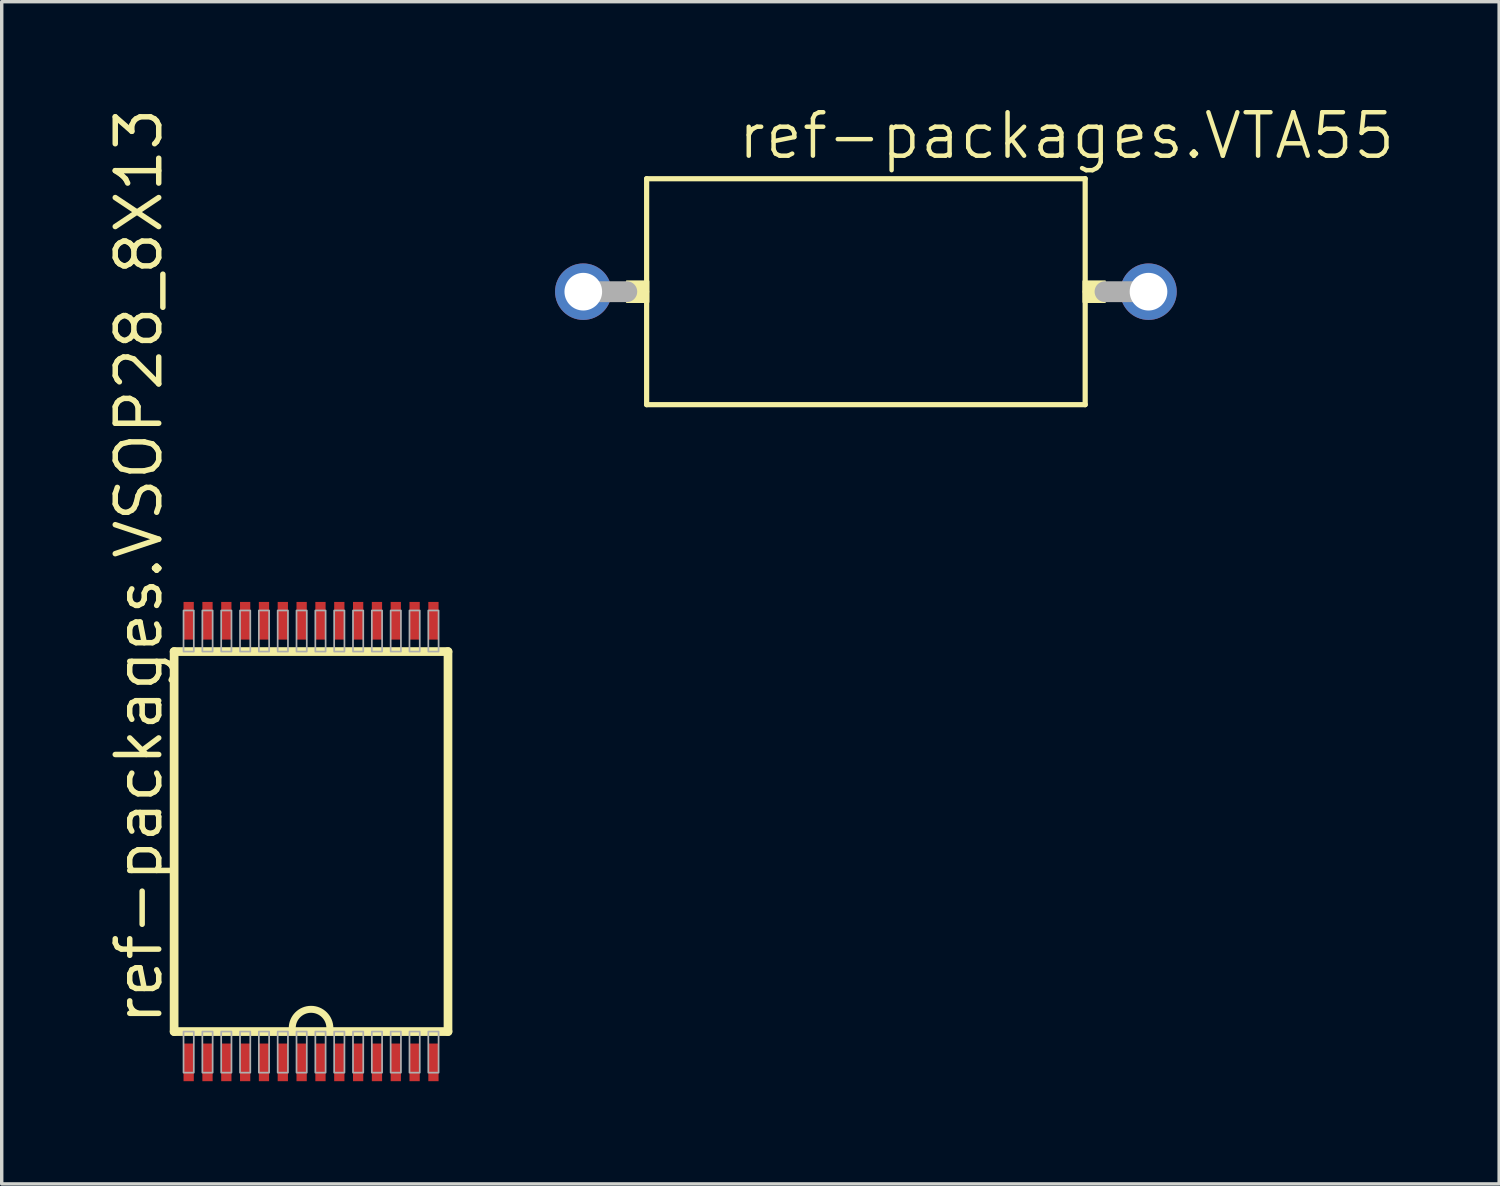
<source format=kicad_pcb>
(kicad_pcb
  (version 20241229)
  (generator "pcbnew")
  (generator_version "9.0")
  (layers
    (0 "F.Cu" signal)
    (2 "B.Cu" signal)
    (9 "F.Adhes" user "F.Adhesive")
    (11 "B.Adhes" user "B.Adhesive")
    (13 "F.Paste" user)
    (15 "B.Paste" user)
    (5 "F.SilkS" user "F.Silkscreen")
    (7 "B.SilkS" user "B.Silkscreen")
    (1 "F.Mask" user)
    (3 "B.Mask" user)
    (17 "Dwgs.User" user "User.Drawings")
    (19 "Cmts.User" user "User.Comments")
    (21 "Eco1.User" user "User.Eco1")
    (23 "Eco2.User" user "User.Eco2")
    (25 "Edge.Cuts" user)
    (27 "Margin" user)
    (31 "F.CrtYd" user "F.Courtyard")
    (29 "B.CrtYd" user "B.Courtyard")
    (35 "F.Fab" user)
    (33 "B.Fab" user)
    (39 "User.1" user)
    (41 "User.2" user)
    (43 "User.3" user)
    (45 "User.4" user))
  (footprint "ref-packages.VSOP28_8X13"
    (layer "F.Cu")
    (at 6.036 21.532)
    (property "Reference" "ref-packages.VSOP28_8X13" (at -4.286 5.424 90) (layer "F.SilkS") (effects (font (size 1.27 1.27) (thickness 0.16)) (justify left bottom)))
    (attr smd)
    (fp_line (start -4 -5.55) (end 4 -5.55) (stroke (width 0.254) (type default)) (layer "F.SilkS"))
    (fp_line (start -4 5.55) (end -4 -5.55) (stroke (width 0.254) (type default)) (layer "F.SilkS"))
    (fp_line (start 4 -5.55) (end 4 5.55) (stroke (width 0.254) (type default)) (layer "F.SilkS"))
    (fp_line (start 4 5.55) (end -4 5.55) (stroke (width 0.254) (type default)) (layer "F.SilkS"))
    (fp_arc (start -0.55 5.45) (mid 0 4.9) (end 0.55 5.45) (stroke (width 0.2032) (type default)) (layer "F.SilkS"))
    (fp_rect (start -3.725 -5.55) (end -3.425 -6.75) (stroke (width 0.05) (type default)) (fill no) (layer "F.Fab"))
    (fp_rect (start -3.725 6.75) (end -3.425 5.55) (stroke (width 0.05) (type default)) (fill no) (layer "F.Fab"))
    (fp_rect (start -3.175 -5.55) (end -2.875 -6.75) (stroke (width 0.05) (type default)) (fill no) (layer "F.Fab"))
    (fp_rect (start -3.175 6.75) (end -2.875 5.55) (stroke (width 0.05) (type default)) (fill no) (layer "F.Fab"))
    (fp_rect (start -2.625 -5.55) (end -2.325 -6.75) (stroke (width 0.05) (type default)) (fill no) (layer "F.Fab"))
    (fp_rect (start -2.625 6.75) (end -2.325 5.55) (stroke (width 0.05) (type default)) (fill no) (layer "F.Fab"))
    (fp_rect (start -2.075 -5.55) (end -1.775 -6.75) (stroke (width 0.05) (type default)) (fill no) (layer "F.Fab"))
    (fp_rect (start -2.075 6.75) (end -1.775 5.55) (stroke (width 0.05) (type default)) (fill no) (layer "F.Fab"))
    (fp_rect (start -1.525 -5.55) (end -1.225 -6.75) (stroke (width 0.05) (type default)) (fill no) (layer "F.Fab"))
    (fp_rect (start -1.525 6.75) (end -1.225 5.55) (stroke (width 0.05) (type default)) (fill no) (layer "F.Fab"))
    (fp_rect (start -0.975 -5.55) (end -0.675 -6.75) (stroke (width 0.05) (type default)) (fill no) (layer "F.Fab"))
    (fp_rect (start -0.975 6.75) (end -0.675 5.55) (stroke (width 0.05) (type default)) (fill no) (layer "F.Fab"))
    (fp_rect (start -0.425 -5.55) (end -0.125 -6.75) (stroke (width 0.05) (type default)) (fill no) (layer "F.Fab"))
    (fp_rect (start -0.425 6.75) (end -0.125 5.55) (stroke (width 0.05) (type default)) (fill no) (layer "F.Fab"))
    (fp_rect (start 0.125 -5.55) (end 0.425 -6.75) (stroke (width 0.05) (type default)) (fill no) (layer "F.Fab"))
    (fp_rect (start 0.125 6.75) (end 0.425 5.55) (stroke (width 0.05) (type default)) (fill no) (layer "F.Fab"))
    (fp_rect (start 0.675 -5.55) (end 0.975 -6.75) (stroke (width 0.05) (type default)) (fill no) (layer "F.Fab"))
    (fp_rect (start 0.675 6.75) (end 0.975 5.55) (stroke (width 0.05) (type default)) (fill no) (layer "F.Fab"))
    (fp_rect (start 1.225 -5.55) (end 1.525 -6.75) (stroke (width 0.05) (type default)) (fill no) (layer "F.Fab"))
    (fp_rect (start 1.225 6.75) (end 1.525 5.55) (stroke (width 0.05) (type default)) (fill no) (layer "F.Fab"))
    (fp_rect (start 1.775 -5.55) (end 2.075 -6.75) (stroke (width 0.05) (type default)) (fill no) (layer "F.Fab"))
    (fp_rect (start 1.775 6.75) (end 2.075 5.55) (stroke (width 0.05) (type default)) (fill no) (layer "F.Fab"))
    (fp_rect (start 2.325 -5.55) (end 2.625 -6.75) (stroke (width 0.05) (type default)) (fill no) (layer "F.Fab"))
    (fp_rect (start 2.325 6.75) (end 2.625 5.55) (stroke (width 0.05) (type default)) (fill no) (layer "F.Fab"))
    (fp_rect (start 2.875 -5.55) (end 3.175 -6.75) (stroke (width 0.05) (type default)) (fill no) (layer "F.Fab"))
    (fp_rect (start 2.875 6.75) (end 3.175 5.55) (stroke (width 0.05) (type default)) (fill no) (layer "F.Fab"))
    (fp_rect (start 3.425 -5.55) (end 3.725 -6.75) (stroke (width 0.05) (type default)) (fill no) (layer "F.Fab"))
    (fp_rect (start 3.425 6.75) (end 3.725 5.55) (stroke (width 0.05) (type default)) (fill no) (layer "F.Fab"))
    (pad "1" smd roundrect (at 0.275 6.45) (size 0.3 1.1) (layers "F.Cu" "F.Mask" "F.Paste") (roundrect_rratio 0.01))
    (pad "2" smd roundrect (at 0.825 6.45) (size 0.3 1.1) (layers "F.Cu" "F.Mask" "F.Paste") (roundrect_rratio 0.01))
    (pad "3" smd roundrect (at 1.375 6.45) (size 0.3 1.1) (layers "F.Cu" "F.Mask" "F.Paste") (roundrect_rratio 0.01))
    (pad "4" smd roundrect (at 1.925 6.45) (size 0.3 1.1) (layers "F.Cu" "F.Mask" "F.Paste") (roundrect_rratio 0.01))
    (pad "5" smd roundrect (at 2.475 6.45) (size 0.3 1.1) (layers "F.Cu" "F.Mask" "F.Paste") (roundrect_rratio 0.01))
    (pad "6" smd roundrect (at 3.025 6.45) (size 0.3 1.1) (layers "F.Cu" "F.Mask" "F.Paste") (roundrect_rratio 0.01))
    (pad "7" smd roundrect (at 3.575 6.45) (size 0.3 1.1) (layers "F.Cu" "F.Mask" "F.Paste") (roundrect_rratio 0.01))
    (pad "8" smd roundrect (at 3.575 -6.45) (size 0.3 1.1) (layers "F.Cu" "F.Mask" "F.Paste") (roundrect_rratio 0.01))
    (pad "9" smd roundrect (at 3.025 -6.45) (size 0.3 1.1) (layers "F.Cu" "F.Mask" "F.Paste") (roundrect_rratio 0.01))
    (pad "10" smd roundrect (at 2.475 -6.45) (size 0.3 1.1) (layers "F.Cu" "F.Mask" "F.Paste") (roundrect_rratio 0.01))
    (pad "11" smd roundrect (at 1.925 -6.45) (size 0.3 1.1) (layers "F.Cu" "F.Mask" "F.Paste") (roundrect_rratio 0.01))
    (pad "12" smd roundrect (at 1.375 -6.45) (size 0.3 1.1) (layers "F.Cu" "F.Mask" "F.Paste") (roundrect_rratio 0.01))
    (pad "13" smd roundrect (at 0.825 -6.45) (size 0.3 1.1) (layers "F.Cu" "F.Mask" "F.Paste") (roundrect_rratio 0.01))
    (pad "14" smd roundrect (at 0.275 -6.45) (size 0.3 1.1) (layers "F.Cu" "F.Mask" "F.Paste") (roundrect_rratio 0.01))
    (pad "15" smd roundrect (at -0.275 -6.45) (size 0.3 1.1) (layers "F.Cu" "F.Mask" "F.Paste") (roundrect_rratio 0.01))
    (pad "16" smd roundrect (at -0.825 -6.45) (size 0.3 1.1) (layers "F.Cu" "F.Mask" "F.Paste") (roundrect_rratio 0.01))
    (pad "17" smd roundrect (at -1.375 -6.45) (size 0.3 1.1) (layers "F.Cu" "F.Mask" "F.Paste") (roundrect_rratio 0.01))
    (pad "18" smd roundrect (at -1.925 -6.45) (size 0.3 1.1) (layers "F.Cu" "F.Mask" "F.Paste") (roundrect_rratio 0.01))
    (pad "19" smd roundrect (at -2.475 -6.45) (size 0.3 1.1) (layers "F.Cu" "F.Mask" "F.Paste") (roundrect_rratio 0.01))
    (pad "20" smd roundrect (at -3.025 -6.45) (size 0.3 1.1) (layers "F.Cu" "F.Mask" "F.Paste") (roundrect_rratio 0.01))
    (pad "21" smd roundrect (at -3.575 -6.45) (size 0.3 1.1) (layers "F.Cu" "F.Mask" "F.Paste") (roundrect_rratio 0.01))
    (pad "22" smd roundrect (at -3.575 6.45) (size 0.3 1.1) (layers "F.Cu" "F.Mask" "F.Paste") (roundrect_rratio 0.01))
    (pad "23" smd roundrect (at -3.025 6.45) (size 0.3 1.1) (layers "F.Cu" "F.Mask" "F.Paste") (roundrect_rratio 0.01))
    (pad "24" smd roundrect (at -2.475 6.45) (size 0.3 1.1) (layers "F.Cu" "F.Mask" "F.Paste") (roundrect_rratio 0.01))
    (pad "25" smd roundrect (at -1.925 6.45) (size 0.3 1.1) (layers "F.Cu" "F.Mask" "F.Paste") (roundrect_rratio 0.01))
    (pad "26" smd roundrect (at -1.375 6.45) (size 0.3 1.1) (layers "F.Cu" "F.Mask" "F.Paste") (roundrect_rratio 0.01))
    (pad "27" smd roundrect (at -0.825 6.45) (size 0.3 1.1) (layers "F.Cu" "F.Mask" "F.Paste") (roundrect_rratio 0.01))
    (pad "28" smd roundrect (at -0.275 6.45) (size 0.3 1.1) (layers "F.Cu" "F.Mask" "F.Paste") (roundrect_rratio 0.01)))
  (footprint "ref-packages.VTA55"
    (layer "F.Cu")
    (at 22.243 5.47)
    (property "Reference" "ref-packages.VTA55" (at -3.81 -3.81 0) (layer "F.SilkS") (effects (font (size 1.27 1.27) (thickness 0.13)) (justify left bottom)))
    (attr through_hole)
    (fp_line (start -6.405 -3.3) (end -6.405 0) (stroke (width 0.152) (type default)) (layer "F.SilkS"))
    (fp_line (start -6.405 0) (end -6.405 3.3) (stroke (width 0.152) (type default)) (layer "F.SilkS"))
    (fp_line (start -6.405 3.3) (end 6.405 3.3) (stroke (width 0.152) (type default)) (layer "F.SilkS"))
    (fp_line (start 6.405 -3.3) (end -6.405 -3.3) (stroke (width 0.152) (type default)) (layer "F.SilkS"))
    (fp_line (start 6.405 0) (end 6.405 -3.3) (stroke (width 0.152) (type default)) (layer "F.SilkS"))
    (fp_line (start 6.405 3.3) (end 6.405 0) (stroke (width 0.152) (type default)) (layer "F.SilkS"))
    (fp_rect (start -6.985 0.305) (end -6.35 -0.305) (stroke (width 0.05) (type default)) (fill yes) (layer "F.SilkS"))
    (fp_rect (start 6.35 0.305) (end 6.985 -0.305) (stroke (width 0.05) (type default)) (fill yes) (layer "F.SilkS"))
    (fp_line (start -8.255 0) (end -6.985 0) (stroke (width 0.61) (type default)) (layer "F.Fab"))
    (fp_line (start 6.985 0) (end 8.255 0) (stroke (width 0.61) (type default)) (layer "F.Fab"))
    (pad "1" thru_hole circle (at -8.255 0) (size 1.65 1.65) (drill 1.1) (layers "*.Cu" "*.Mask"))
    (pad "2" thru_hole circle (at 8.255 0) (size 1.65 1.65) (drill 1.1) (layers "*.Cu" "*.Mask")))
  (gr_rect
    (start -3 -3)
    (end 40.74 31.532)
    (stroke (width 0.1) (type default))
    (fill no)
    (layer "Edge.Cuts")))
</source>
